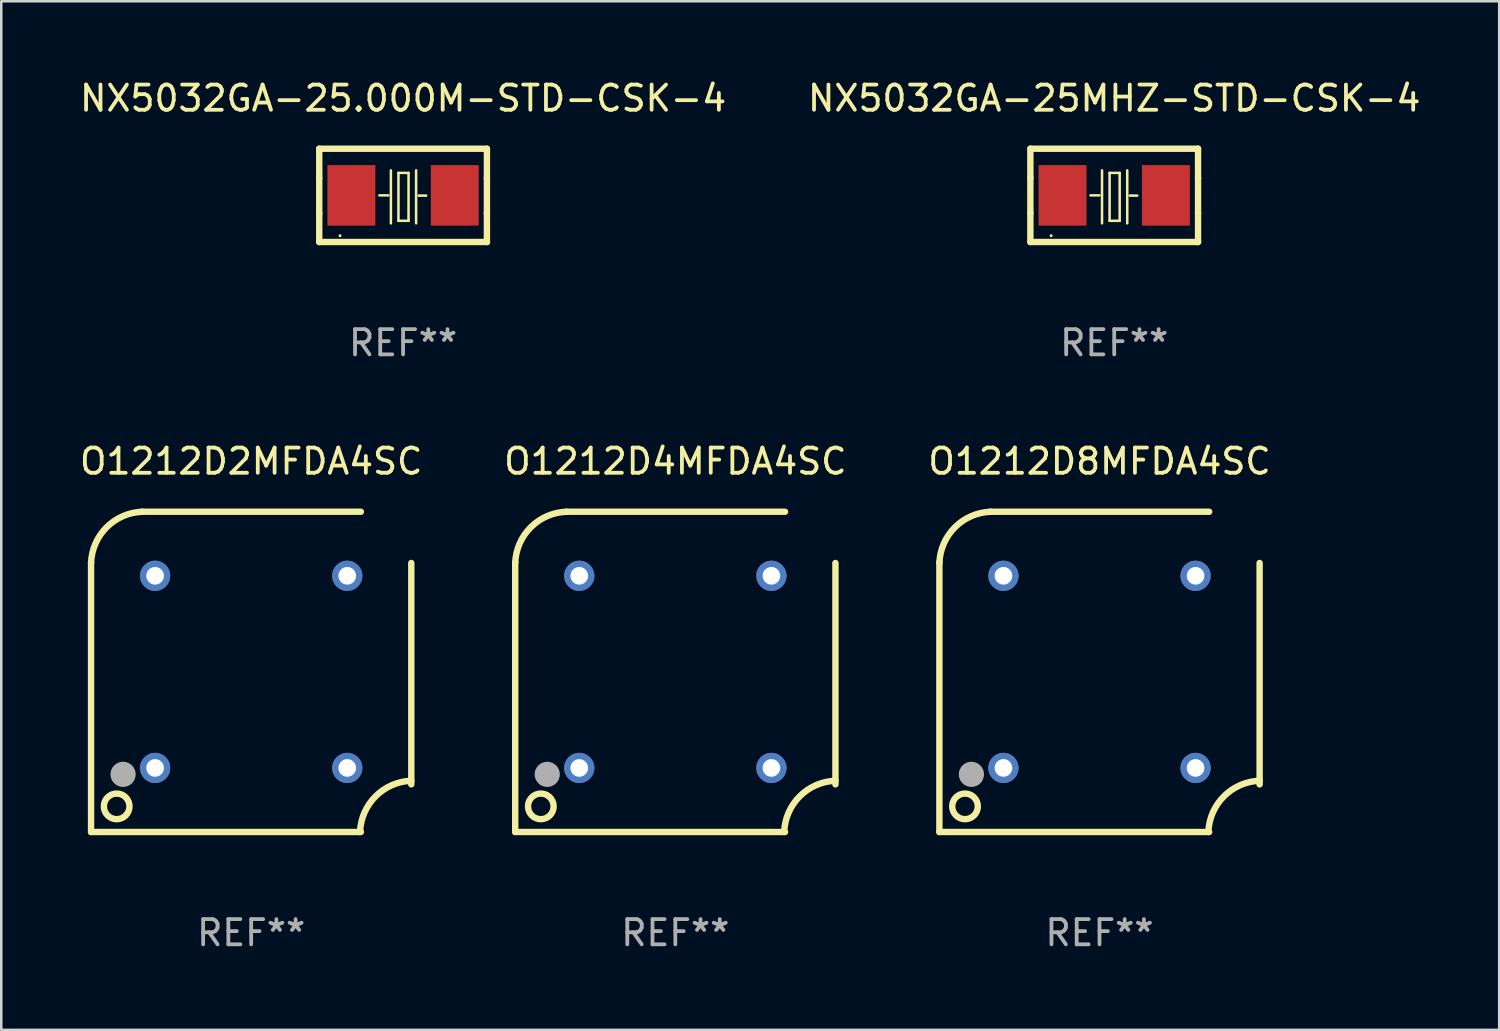
<source format=kicad_pcb>
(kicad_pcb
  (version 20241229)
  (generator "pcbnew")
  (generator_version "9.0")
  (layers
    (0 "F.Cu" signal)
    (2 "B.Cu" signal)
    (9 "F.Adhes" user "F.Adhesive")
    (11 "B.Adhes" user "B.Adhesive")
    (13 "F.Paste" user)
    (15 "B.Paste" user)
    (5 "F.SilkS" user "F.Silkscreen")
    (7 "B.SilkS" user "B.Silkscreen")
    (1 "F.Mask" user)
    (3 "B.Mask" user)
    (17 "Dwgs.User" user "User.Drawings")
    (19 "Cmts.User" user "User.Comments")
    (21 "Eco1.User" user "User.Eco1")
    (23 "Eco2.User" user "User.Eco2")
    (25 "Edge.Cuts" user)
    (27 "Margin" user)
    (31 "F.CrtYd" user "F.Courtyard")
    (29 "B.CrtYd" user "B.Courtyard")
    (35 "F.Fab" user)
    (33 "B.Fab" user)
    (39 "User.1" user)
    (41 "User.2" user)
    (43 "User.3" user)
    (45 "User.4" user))
  (footprint "O1212D4MFDA4SC"
    (layer "F.Cu")
    (at 23.732 23.595)
    (property "Reference" "O1212D4MFDA4SC" (at 0 -8.35 0) (layer "F.SilkS") (effects (font (size 1 1) (thickness 0.15))))
    (attr through_hole)
    (fp_line (start -6.35 6.35) (end -6.35 -4.35) (stroke (width 0.254) (type solid)) (layer "F.SilkS"))
    (fp_line (start -4.35 -6.35) (end 4.35 -6.35) (stroke (width 0.254) (type solid)) (layer "F.SilkS"))
    (fp_line (start 4.35 6.35) (end -6.35 6.35) (stroke (width 0.254) (type solid)) (layer "F.SilkS"))
    (fp_line (start 6.35 4.462) (end 6.35 -4.318) (stroke (width 0.254) (type solid)) (layer "F.SilkS"))
    (fp_arc (start -6.350013 -4.318009) (mid -5.733405 -5.733406) (end -4.318007 -6.350013) (stroke (width 0.254001) (type solid)) (layer "F.SilkS"))
    (fp_arc (start 4.318009 6.350013) (mid 4.934616 4.934616) (end 6.350013 4.318009) (stroke (width 0.254001) (type solid)) (layer "F.SilkS"))
    (fp_circle (center -6.35 6.35) (end -6.32 6.35) (stroke (width 0.06) (type solid)) (fill no) (layer "F.SilkS"))
    (fp_circle (center -5.334 5.334) (end -4.826 5.334) (stroke (width 0.254) (type solid)) (fill no) (layer "F.SilkS"))
    (fp_circle (center -5.08 4.064) (end -4.83 4.064) (stroke (width 0.5) (type solid)) (fill no) (layer "F.Fab"))
    (fp_text user "REF**" (at 0 10.35 0) (layer "F.Fab") (effects (font (size 1 1) (thickness 0.15))))
    (pad "1" thru_hole circle (at -3.81 3.81) (size 1.2 1.2) (drill 0.7) (layers "*.Cu" "*.Mask"))
    (pad "2" thru_hole circle (at 3.81 3.81) (size 1.2 1.2) (drill 0.7) (layers "*.Cu" "*.Mask"))
    (pad "3" thru_hole circle (at 3.81 -3.81) (size 1.2 1.2) (drill 0.7) (layers "*.Cu" "*.Mask"))
    (pad "4" thru_hole circle (at -3.81 -3.81) (size 1.2 1.2) (drill 0.7) (layers "*.Cu" "*.Mask")))
  (footprint "NX5032GA-25MHZ-STD-CSK-4"
    (layer "F.Cu")
    (at 41.137 4.698)
    (property "Reference" "NX5032GA-25MHZ-STD-CSK-4" (at 0 -3.85 0) (layer "F.SilkS") (effects (font (size 1 1) (thickness 0.15))))
    (attr through_hole)
    (fp_line (start -3.325 0.7) (end -3.325 -0.7) (stroke (width 0.254) (type solid)) (layer "F.SilkS"))
    (fp_line (start -3.325 -1.85) (end 3.325 -1.85) (stroke (width 0.254) (type solid)) (layer "F.SilkS"))
    (fp_line (start -3.325 -0.7) (end -3.325 -1.85) (stroke (width 0.254) (type solid)) (layer "F.SilkS"))
    (fp_line (start -3.325 1.85) (end -3.325 0.7) (stroke (width 0.254) (type solid)) (layer "F.SilkS"))
    (fp_line (start -0.94 -0.000127) (end -0.584 -0.000127) (stroke (width 0.1) (type solid)) (layer "F.SilkS"))
    (fp_line (start -0.483 -0.991) (end -0.483 1.109) (stroke (width 0.1) (type solid)) (layer "F.SilkS"))
    (fp_line (start -0.183 -0.891) (end -0.183 1.009) (stroke (width 0.1) (type solid)) (layer "F.SilkS"))
    (fp_line (start -0.183 1.009) (end 0.217 1.009) (stroke (width 0.1) (type solid)) (layer "F.SilkS"))
    (fp_line (start 0.217 -0.891) (end -0.183 -0.891) (stroke (width 0.1) (type solid)) (layer "F.SilkS"))
    (fp_line (start 0.217 1.009) (end 0.217 -0.891) (stroke (width 0.1) (type solid)) (layer "F.SilkS"))
    (fp_line (start 0.517 -0.991) (end 0.517 1.109) (stroke (width 0.1) (type solid)) (layer "F.SilkS"))
    (fp_line (start 0.617 0.009) (end 0.917 0.009) (stroke (width 0.1) (type solid)) (layer "F.SilkS"))
    (fp_line (start 3.325 -1.85) (end 3.325 -0.7) (stroke (width 0.254) (type solid)) (layer "F.SilkS"))
    (fp_line (start 3.325 0.7) (end 3.325 1.85) (stroke (width 0.254) (type solid)) (layer "F.SilkS"))
    (fp_line (start 3.325 1.85) (end -3.325 1.85) (stroke (width 0.254) (type solid)) (layer "F.SilkS"))
    (fp_line (start 3.325 -0.7) (end 3.325 0.7) (stroke (width 0.254) (type solid)) (layer "F.SilkS"))
    (fp_circle (center -2.5 1.6) (end -2.47 1.6) (stroke (width 0.06) (type solid)) (fill no) (layer "F.SilkS"))
    (fp_text user "REF**" (at 0 5.85 0) (layer "F.Fab") (effects (font (size 1 1) (thickness 0.15))))
    (pad "1" smd rect (at -2.05 -0.000127) (size 1.9 2.4) (layers "F.Cu" "F.Mask" "F.Paste"))
    (pad "2" smd rect (at 2.05 -0.000127) (size 1.9 2.4) (layers "F.Cu" "F.Mask" "F.Paste")))
  (footprint "O1212D2MFDA4SC"
    (layer "F.Cu")
    (at 6.911 23.595)
    (property "Reference" "O1212D2MFDA4SC" (at 0 -8.35 0) (layer "F.SilkS") (effects (font (size 1 1) (thickness 0.15))))
    (attr through_hole)
    (fp_line (start -6.35 6.35) (end -6.35 -4.35) (stroke (width 0.254) (type solid)) (layer "F.SilkS"))
    (fp_line (start -4.35 -6.35) (end 4.35 -6.35) (stroke (width 0.254) (type solid)) (layer "F.SilkS"))
    (fp_line (start 4.35 6.35) (end -6.35 6.35) (stroke (width 0.254) (type solid)) (layer "F.SilkS"))
    (fp_line (start 6.35 4.462) (end 6.35 -4.318) (stroke (width 0.254) (type solid)) (layer "F.SilkS"))
    (fp_arc (start -6.350013 -4.318009) (mid -5.733405 -5.733406) (end -4.318007 -6.350013) (stroke (width 0.254001) (type solid)) (layer "F.SilkS"))
    (fp_arc (start 4.318009 6.350013) (mid 4.934616 4.934616) (end 6.350013 4.318009) (stroke (width 0.254001) (type solid)) (layer "F.SilkS"))
    (fp_circle (center -6.35 6.35) (end -6.32 6.35) (stroke (width 0.06) (type solid)) (fill no) (layer "F.SilkS"))
    (fp_circle (center -5.334 5.334) (end -4.826 5.334) (stroke (width 0.254) (type solid)) (fill no) (layer "F.SilkS"))
    (fp_circle (center -5.08 4.064) (end -4.83 4.064) (stroke (width 0.5) (type solid)) (fill no) (layer "F.Fab"))
    (fp_text user "REF**" (at 0 10.35 0) (layer "F.Fab") (effects (font (size 1 1) (thickness 0.15))))
    (pad "1" thru_hole circle (at -3.81 3.81) (size 1.2 1.2) (drill 0.7) (layers "*.Cu" "*.Mask"))
    (pad "2" thru_hole circle (at 3.81 3.81) (size 1.2 1.2) (drill 0.7) (layers "*.Cu" "*.Mask"))
    (pad "3" thru_hole circle (at 3.81 -3.81) (size 1.2 1.2) (drill 0.7) (layers "*.Cu" "*.Mask"))
    (pad "4" thru_hole circle (at -3.81 -3.81) (size 1.2 1.2) (drill 0.7) (layers "*.Cu" "*.Mask")))
  (footprint "NX5032GA-25.000M-STD-CSK-4"
    (layer "F.Cu")
    (at 12.935 4.698)
    (property "Reference" "NX5032GA-25.000M-STD-CSK-4" (at 0 -3.85 0) (layer "F.SilkS") (effects (font (size 1 1) (thickness 0.15))))
    (attr through_hole)
    (fp_line (start -3.325 0.7) (end -3.325 -0.7) (stroke (width 0.254) (type solid)) (layer "F.SilkS"))
    (fp_line (start -3.325 -1.85) (end 3.325 -1.85) (stroke (width 0.254) (type solid)) (layer "F.SilkS"))
    (fp_line (start -3.325 -0.7) (end -3.325 -1.85) (stroke (width 0.254) (type solid)) (layer "F.SilkS"))
    (fp_line (start -3.325 1.85) (end -3.325 0.7) (stroke (width 0.254) (type solid)) (layer "F.SilkS"))
    (fp_line (start -0.94 -0.000127) (end -0.584 -0.000127) (stroke (width 0.1) (type solid)) (layer "F.SilkS"))
    (fp_line (start -0.483 -0.991) (end -0.483 1.109) (stroke (width 0.1) (type solid)) (layer "F.SilkS"))
    (fp_line (start -0.183 -0.891) (end -0.183 1.009) (stroke (width 0.1) (type solid)) (layer "F.SilkS"))
    (fp_line (start -0.183 1.009) (end 0.217 1.009) (stroke (width 0.1) (type solid)) (layer "F.SilkS"))
    (fp_line (start 0.217 -0.891) (end -0.183 -0.891) (stroke (width 0.1) (type solid)) (layer "F.SilkS"))
    (fp_line (start 0.217 1.009) (end 0.217 -0.891) (stroke (width 0.1) (type solid)) (layer "F.SilkS"))
    (fp_line (start 0.517 -0.991) (end 0.517 1.109) (stroke (width 0.1) (type solid)) (layer "F.SilkS"))
    (fp_line (start 0.617 0.009) (end 0.917 0.009) (stroke (width 0.1) (type solid)) (layer "F.SilkS"))
    (fp_line (start 3.325 -1.85) (end 3.325 -0.7) (stroke (width 0.254) (type solid)) (layer "F.SilkS"))
    (fp_line (start 3.325 0.7) (end 3.325 1.85) (stroke (width 0.254) (type solid)) (layer "F.SilkS"))
    (fp_line (start 3.325 1.85) (end -3.325 1.85) (stroke (width 0.254) (type solid)) (layer "F.SilkS"))
    (fp_line (start 3.325 -0.7) (end 3.325 0.7) (stroke (width 0.254) (type solid)) (layer "F.SilkS"))
    (fp_circle (center -2.5 1.6) (end -2.47 1.6) (stroke (width 0.06) (type solid)) (fill no) (layer "F.SilkS"))
    (fp_text user "REF**" (at 0 5.85 0) (layer "F.Fab") (effects (font (size 1 1) (thickness 0.15))))
    (pad "1" smd rect (at -2.05 -0.000127) (size 1.9 2.4) (layers "F.Cu" "F.Mask" "F.Paste"))
    (pad "2" smd rect (at 2.05 -0.000127) (size 1.9 2.4) (layers "F.Cu" "F.Mask" "F.Paste")))
  (footprint "O1212D8MFDA4SC"
    (layer "F.Cu")
    (at 40.554 23.595)
    (property "Reference" "O1212D8MFDA4SC" (at 0 -8.35 0) (layer "F.SilkS") (effects (font (size 1 1) (thickness 0.15))))
    (attr through_hole)
    (fp_line (start -6.35 6.35) (end -6.35 -4.35) (stroke (width 0.254) (type solid)) (layer "F.SilkS"))
    (fp_line (start -4.35 -6.35) (end 4.35 -6.35) (stroke (width 0.254) (type solid)) (layer "F.SilkS"))
    (fp_line (start 4.35 6.35) (end -6.35 6.35) (stroke (width 0.254) (type solid)) (layer "F.SilkS"))
    (fp_line (start 6.35 4.462) (end 6.35 -4.318) (stroke (width 0.254) (type solid)) (layer "F.SilkS"))
    (fp_arc (start -6.350013 -4.318009) (mid -5.733405 -5.733406) (end -4.318007 -6.350013) (stroke (width 0.254001) (type solid)) (layer "F.SilkS"))
    (fp_arc (start 4.318009 6.350013) (mid 4.934616 4.934616) (end 6.350013 4.318009) (stroke (width 0.254001) (type solid)) (layer "F.SilkS"))
    (fp_circle (center -6.35 6.35) (end -6.32 6.35) (stroke (width 0.06) (type solid)) (fill no) (layer "F.SilkS"))
    (fp_circle (center -5.334 5.334) (end -4.826 5.334) (stroke (width 0.254) (type solid)) (fill no) (layer "F.SilkS"))
    (fp_circle (center -5.08 4.064) (end -4.83 4.064) (stroke (width 0.5) (type solid)) (fill no) (layer "F.Fab"))
    (fp_text user "REF**" (at 0 10.35 0) (layer "F.Fab") (effects (font (size 1 1) (thickness 0.15))))
    (pad "1" thru_hole circle (at -3.81 3.81) (size 1.2 1.2) (drill 0.7) (layers "*.Cu" "*.Mask"))
    (pad "2" thru_hole circle (at 3.81 3.81) (size 1.2 1.2) (drill 0.7) (layers "*.Cu" "*.Mask"))
    (pad "3" thru_hole circle (at 3.81 -3.81) (size 1.2 1.2) (drill 0.7) (layers "*.Cu" "*.Mask"))
    (pad "4" thru_hole circle (at -3.81 -3.81) (size 1.2 1.2) (drill 0.7) (layers "*.Cu" "*.Mask")))
  (gr_rect
    (start -3 -3)
    (end 56.405 37.793)
    (stroke (width 0.1) (type default))
    (fill no)
    (layer "Edge.Cuts")))
</source>
